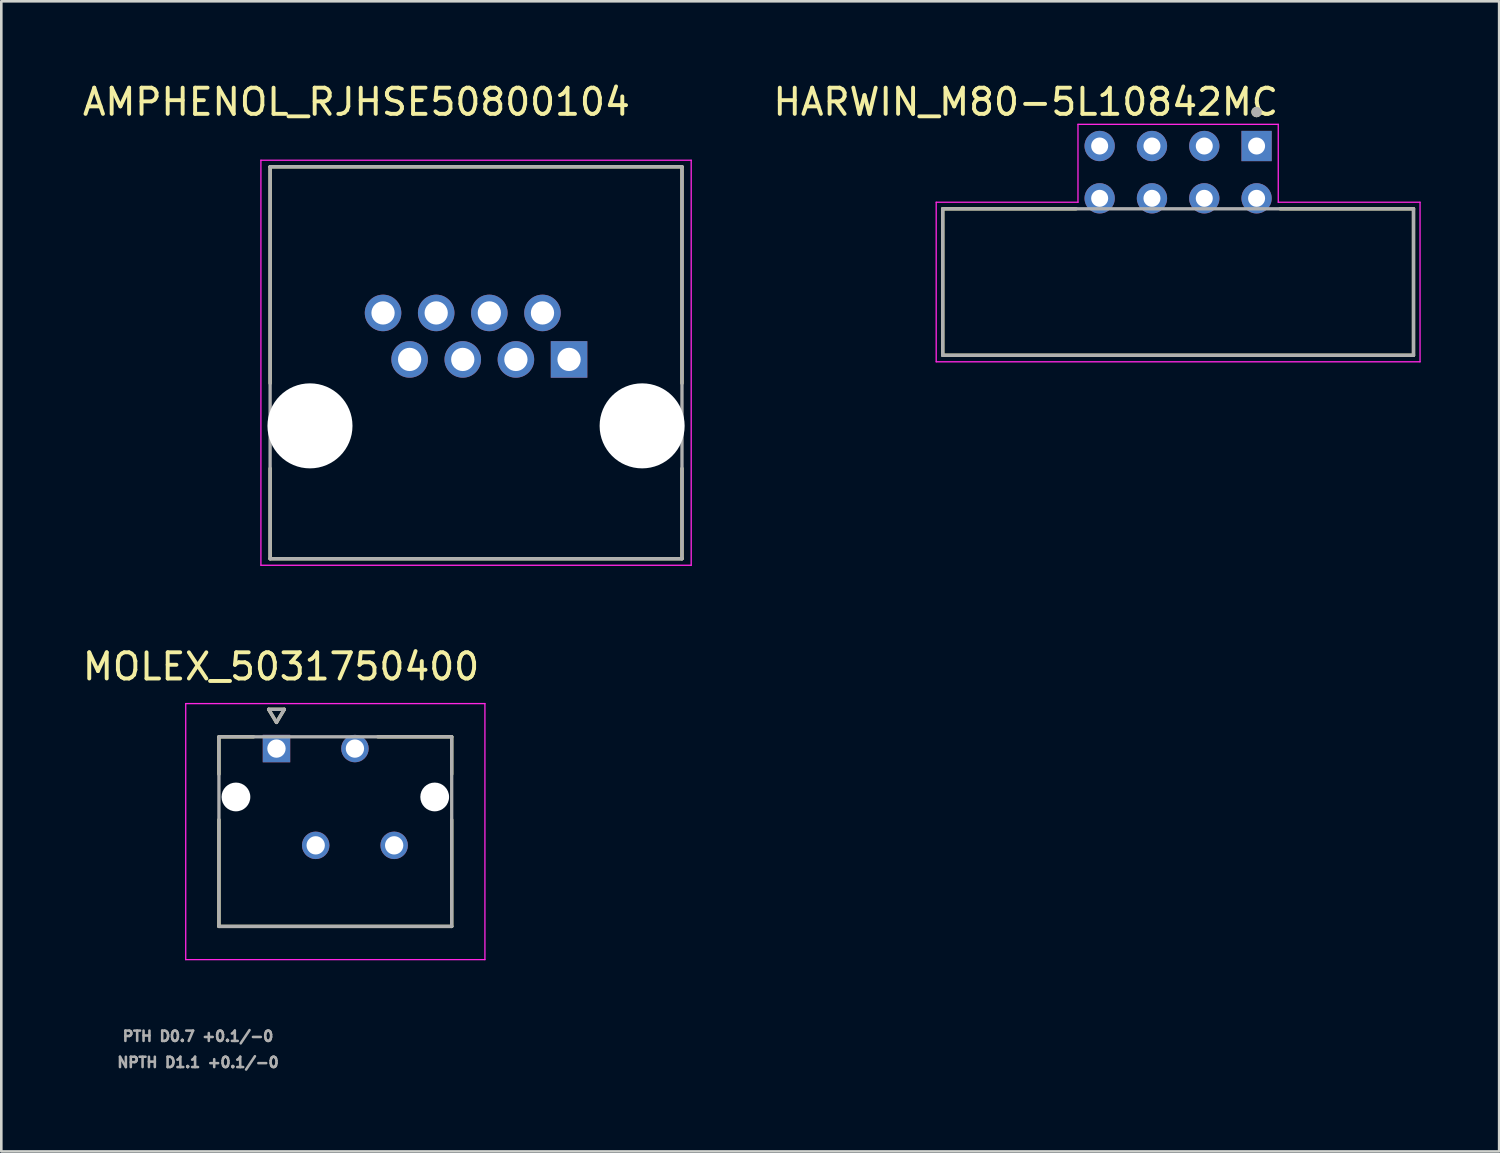
<source format=kicad_pcb>
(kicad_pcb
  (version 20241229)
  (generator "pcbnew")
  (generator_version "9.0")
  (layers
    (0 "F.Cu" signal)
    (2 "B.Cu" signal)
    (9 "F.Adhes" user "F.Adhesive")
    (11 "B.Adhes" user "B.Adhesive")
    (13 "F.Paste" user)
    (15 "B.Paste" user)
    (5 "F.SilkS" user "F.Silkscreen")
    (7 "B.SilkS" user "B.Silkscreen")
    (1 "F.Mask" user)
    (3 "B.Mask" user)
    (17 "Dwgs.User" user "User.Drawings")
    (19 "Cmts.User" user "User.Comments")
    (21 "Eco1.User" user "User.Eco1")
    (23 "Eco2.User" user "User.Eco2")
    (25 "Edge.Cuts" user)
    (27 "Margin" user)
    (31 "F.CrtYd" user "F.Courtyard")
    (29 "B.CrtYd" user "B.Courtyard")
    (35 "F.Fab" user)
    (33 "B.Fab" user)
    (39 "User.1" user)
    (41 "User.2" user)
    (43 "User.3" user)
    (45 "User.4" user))
  (footprint "HARWIN_M80-5L10842MC"
    (layer "F.Cu")
    (at 41.996 7.733)
    (property "Reference" "HARWIN_M80-5L10842MC" (at -5.825 -6.885 0) (layer "F.SilkS") (effects (font (size 1 1) (thickness 0.15))))
    (attr through_hole)
    (fp_line (start -9 -2.8) (end -9 2.8) (stroke (width 0.127) (type solid)) (layer "F.SilkS"))
    (fp_line (start -9 2.8) (end 9 2.8) (stroke (width 0.127) (type solid)) (layer "F.SilkS"))
    (fp_line (start -3.899 -2.8) (end -9 -2.8) (stroke (width 0.127) (type solid)) (layer "F.SilkS"))
    (fp_line (start 9 -2.8) (end 3.899 -2.8) (stroke (width 0.127) (type solid)) (layer "F.SilkS"))
    (fp_line (start 9 2.8) (end 9 -2.8) (stroke (width 0.127) (type solid)) (layer "F.SilkS"))
    (fp_circle (center 3 -6.5) (end 3.1 -6.5) (stroke (width 0.2) (type solid)) (fill no) (layer "F.SilkS"))
    (fp_line (start -9.25 -3.05) (end -9.25 3.05) (stroke (width 0.05) (type solid)) (layer "F.CrtYd"))
    (fp_line (start -9.25 3.05) (end 9.25 3.05) (stroke (width 0.05) (type solid)) (layer "F.CrtYd"))
    (fp_line (start -3.829 -6.029) (end -3.829 -3.05) (stroke (width 0.05) (type solid)) (layer "F.CrtYd"))
    (fp_line (start -3.829 -3.05) (end -9.25 -3.05) (stroke (width 0.05) (type solid)) (layer "F.CrtYd"))
    (fp_line (start 3.829 -6.029) (end -3.829 -6.029) (stroke (width 0.05) (type solid)) (layer "F.CrtYd"))
    (fp_line (start 3.829 -3.05) (end 3.829 -6.029) (stroke (width 0.05) (type solid)) (layer "F.CrtYd"))
    (fp_line (start 9.25 -3.05) (end 3.829 -3.05) (stroke (width 0.05) (type solid)) (layer "F.CrtYd"))
    (fp_line (start 9.25 3.05) (end 9.25 -3.05) (stroke (width 0.05) (type solid)) (layer "F.CrtYd"))
    (fp_line (start -9 -2.8) (end -9 2.8) (stroke (width 0.127) (type solid)) (layer "F.Fab"))
    (fp_line (start -9 2.8) (end 9 2.8) (stroke (width 0.127) (type solid)) (layer "F.Fab"))
    (fp_line (start 9 -2.8) (end -9 -2.8) (stroke (width 0.127) (type solid)) (layer "F.Fab"))
    (fp_line (start 9 2.8) (end 9 -2.8) (stroke (width 0.127) (type solid)) (layer "F.Fab"))
    (fp_circle (center 3 -6.5) (end 3.1 -6.5) (stroke (width 0.2) (type solid)) (fill no) (layer "F.Fab"))
    (pad "1" thru_hole rect (at 3 -5.2) (size 1.158 1.158) (drill 0.65) (layers "*.Cu" "*.Mask"))
    (pad "2" thru_hole circle (at 1 -5.2) (size 1.158 1.158) (drill 0.65) (layers "*.Cu" "*.Mask"))
    (pad "3" thru_hole circle (at -1 -5.2) (size 1.158 1.158) (drill 0.65) (layers "*.Cu" "*.Mask"))
    (pad "4" thru_hole circle (at -3 -5.2) (size 1.158 1.158) (drill 0.65) (layers "*.Cu" "*.Mask"))
    (pad "5" thru_hole circle (at 3 -3.2) (size 1.158 1.158) (drill 0.65) (layers "*.Cu" "*.Mask"))
    (pad "6" thru_hole circle (at 1 -3.2) (size 1.158 1.158) (drill 0.65) (layers "*.Cu" "*.Mask"))
    (pad "7" thru_hole circle (at -1 -3.2) (size 1.158 1.158) (drill 0.65) (layers "*.Cu" "*.Mask"))
    (pad "8" thru_hole circle (at -3 -3.2) (size 1.158 1.158) (drill 0.65) (layers "*.Cu" "*.Mask")))
  (footprint "AMPHENOL_RJHSE50800104"
    (layer "F.Cu")
    (at 15.152 13.233)
    (property "Reference" "AMPHENOL_RJHSE50800104" (at -4.575 -12.385 0) (layer "F.SilkS") (effects (font (size 1 1) (thickness 0.15))))
    (attr through_hole)
    (fp_line (start -7.874 -9.906) (end 7.874 -9.906) (stroke (width 0.127) (type solid)) (layer "F.SilkS"))
    (fp_line (start -7.874 -1.626) (end -7.874 -9.906) (stroke (width 0.127) (type solid)) (layer "F.SilkS"))
    (fp_line (start -7.874 1.626) (end -7.874 5.08) (stroke (width 0.127) (type solid)) (layer "F.SilkS"))
    (fp_line (start -7.874 5.08) (end 7.874 5.08) (stroke (width 0.127) (type solid)) (layer "F.SilkS"))
    (fp_line (start 7.874 -9.906) (end 7.874 -1.626) (stroke (width 0.127) (type solid)) (layer "F.SilkS"))
    (fp_line (start 7.874 5.08) (end 7.874 1.626) (stroke (width 0.127) (type solid)) (layer "F.SilkS"))
    (fp_line (start -8.226 -10.156) (end -8.226 5.33) (stroke (width 0.05) (type solid)) (layer "F.CrtYd"))
    (fp_line (start -8.226 5.33) (end 8.226 5.33) (stroke (width 0.05) (type solid)) (layer "F.CrtYd"))
    (fp_line (start 8.226 -10.156) (end -8.226 -10.156) (stroke (width 0.05) (type solid)) (layer "F.CrtYd"))
    (fp_line (start 8.226 5.33) (end 8.226 -10.156) (stroke (width 0.05) (type solid)) (layer "F.CrtYd"))
    (fp_line (start -7.874 -9.906) (end -7.874 5.08) (stroke (width 0.127) (type solid)) (layer "F.Fab"))
    (fp_line (start -7.874 5.08) (end 7.874 5.08) (stroke (width 0.127) (type solid)) (layer "F.Fab"))
    (fp_line (start 7.874 -9.906) (end -7.874 -9.906) (stroke (width 0.127) (type solid)) (layer "F.Fab"))
    (fp_line (start 7.874 5.08) (end 7.874 -9.906) (stroke (width 0.127) (type solid)) (layer "F.Fab"))
    (pad "" np_thru_hole circle (at -6.35 0) (size 3.251 3.251) (drill 3.251) (layers "*.Cu" "*.Mask"))
    (pad "" np_thru_hole circle (at 6.35 0) (size 3.251 3.251) (drill 3.251) (layers "*.Cu" "*.Mask"))
    (pad "1" thru_hole rect (at 3.556 -2.54) (size 1.397 1.397) (drill 0.889) (layers "*.Cu" "*.Mask"))
    (pad "2" thru_hole circle (at 2.54 -4.318) (size 1.397 1.397) (drill 0.889) (layers "*.Cu" "*.Mask"))
    (pad "3" thru_hole circle (at 1.524 -2.54) (size 1.397 1.397) (drill 0.889) (layers "*.Cu" "*.Mask"))
    (pad "4" thru_hole circle (at 0.508 -4.318) (size 1.397 1.397) (drill 0.889) (layers "*.Cu" "*.Mask"))
    (pad "5" thru_hole circle (at -0.508 -2.54) (size 1.397 1.397) (drill 0.889) (layers "*.Cu" "*.Mask"))
    (pad "6" thru_hole circle (at -1.524 -4.318) (size 1.397 1.397) (drill 0.889) (layers "*.Cu" "*.Mask"))
    (pad "7" thru_hole circle (at -2.54 -2.54) (size 1.397 1.397) (drill 0.889) (layers "*.Cu" "*.Mask"))
    (pad "8" thru_hole circle (at -3.556 -4.318) (size 1.397 1.397) (drill 0.889) (layers "*.Cu" "*.Mask")))
  (footprint "MOLEX_5031750400"
    (layer "F.Cu")
    (at 7.521 25.572)
    (property "Reference" "MOLEX_5031750400" (at 0.175 -3.135 0) (layer "F.SilkS") (effects (font (size 1 1) (thickness 0.15))))
    (attr through_hole)
    (fp_circle (center -1.55 1.85) (end -1.237 1.85) (stroke (width 0.626) (type solid)) (fill no) (layer "F.Mask"))
    (fp_circle (center 1.5 3.7) (end 1.801 3.7) (stroke (width 0.601) (type solid)) (fill no) (layer "F.Mask"))
    (fp_circle (center 3 0) (end 3.301 0) (stroke (width 0.601) (type solid)) (fill no) (layer "F.Mask"))
    (fp_circle (center 4.5 3.7) (end 4.801 3.7) (stroke (width 0.601) (type solid)) (fill no) (layer "F.Mask"))
    (fp_circle (center 6.05 1.85) (end 6.363 1.85) (stroke (width 0.626) (type solid)) (fill no) (layer "F.Mask"))
    (fp_poly (pts (xy -0.601 -0.601) (xy 0.601 -0.601) (xy 0.601 0.601) (xy -0.601 0.601)) (stroke (width 0.01) (type solid)) (fill yes) (layer "F.Mask"))
    (fp_circle (center -1.55 1.85) (end -1.237 1.85) (stroke (width 0.626) (type solid)) (fill no) (layer "B.Mask"))
    (fp_circle (center 1.5 3.7) (end 1.801 3.7) (stroke (width 0.601) (type solid)) (fill no) (layer "B.Mask"))
    (fp_circle (center 3 0) (end 3.301 0) (stroke (width 0.601) (type solid)) (fill no) (layer "B.Mask"))
    (fp_circle (center 4.5 3.7) (end 4.801 3.7) (stroke (width 0.601) (type solid)) (fill no) (layer "B.Mask"))
    (fp_circle (center 6.05 1.85) (end 6.363 1.85) (stroke (width 0.626) (type solid)) (fill no) (layer "B.Mask"))
    (fp_poly (pts (xy -0.601 -0.601) (xy 0.601 -0.601) (xy 0.601 0.601) (xy -0.601 0.601)) (stroke (width 0.01) (type solid)) (fill yes) (layer "B.Mask"))
    (fp_line (start -2.2 -0.45) (end -0.875 -0.45) (stroke (width 0.127) (type solid)) (layer "F.SilkS"))
    (fp_line (start -2.2 0.98) (end -2.2 -0.45) (stroke (width 0.127) (type solid)) (layer "F.SilkS"))
    (fp_line (start -2.2 6.8) (end -2.2 2.72) (stroke (width 0.127) (type solid)) (layer "F.SilkS"))
    (fp_line (start -0.3 -1.5) (end 0 -1) (stroke (width 0.127) (type solid)) (layer "F.SilkS"))
    (fp_line (start 0 -1) (end 0.3 -1.5) (stroke (width 0.127) (type solid)) (layer "F.SilkS"))
    (fp_line (start 0.3 -1.5) (end -0.3 -1.5) (stroke (width 0.127) (type solid)) (layer "F.SilkS"))
    (fp_line (start 6.7 -0.45) (end 3.875 -0.45) (stroke (width 0.127) (type solid)) (layer "F.SilkS"))
    (fp_line (start 6.7 -0.45) (end 6.7 0.98) (stroke (width 0.127) (type solid)) (layer "F.SilkS"))
    (fp_line (start 6.7 2.72) (end 6.7 6.8) (stroke (width 0.127) (type solid)) (layer "F.SilkS"))
    (fp_line (start 6.7 6.8) (end -2.2 6.8) (stroke (width 0.127) (type solid)) (layer "F.SilkS"))
    (fp_line (start -3.47 -1.72) (end 7.97 -1.72) (stroke (width 0.05) (type solid)) (layer "F.CrtYd"))
    (fp_line (start -3.47 8.07) (end -3.47 -1.72) (stroke (width 0.05) (type solid)) (layer "F.CrtYd"))
    (fp_line (start 7.97 -1.72) (end 7.97 8.07) (stroke (width 0.05) (type solid)) (layer "F.CrtYd"))
    (fp_line (start 7.97 8.07) (end -3.47 8.07) (stroke (width 0.05) (type solid)) (layer "F.CrtYd"))
    (fp_line (start -2.2 -0.45) (end 6.7 -0.45) (stroke (width 0.127) (type solid)) (layer "F.Fab"))
    (fp_line (start -2.2 6.8) (end -2.2 -0.45) (stroke (width 0.127) (type solid)) (layer "F.Fab"))
    (fp_line (start -0.3 -1.5) (end 0.3 -1.5) (stroke (width 0.127) (type solid)) (layer "F.Fab"))
    (fp_line (start 0 -1) (end -0.3 -1.5) (stroke (width 0.127) (type solid)) (layer "F.Fab"))
    (fp_line (start 0.3 -1.5) (end 0 -1) (stroke (width 0.127) (type solid)) (layer "F.Fab"))
    (fp_line (start 6.7 -0.45) (end 6.7 6.8) (stroke (width 0.127) (type solid)) (layer "F.Fab"))
    (fp_line (start 6.7 6.8) (end -2.2 6.8) (stroke (width 0.127) (type solid)) (layer "F.Fab"))
    (fp_text user "NPTH D1.1 +0.1/-0" (at -3 12 0) (layer "F.Fab") (effects (font (size 0.394 0.394) (thickness 0.15))))
    (fp_text user "PTH D0.7 +0.1/-0" (at -3 11 0) (layer "F.Fab") (effects (font (size 0.394 0.394) (thickness 0.15))))
    (pad "" np_thru_hole circle (at -1.55 1.85) (size 1.1 1.1) (drill 1.1) (layers "*.Cu" "*.Mask"))
    (pad "" np_thru_hole circle (at 6.05 1.85) (size 1.1 1.1) (drill 1.1) (layers "*.Cu" "*.Mask"))
    (pad "1" thru_hole rect (at 0 0) (size 1.05 1.05) (drill 0.7) (layers "*.Cu"))
    (pad "2" thru_hole circle (at 1.5 3.7) (size 1.05 1.05) (drill 0.7) (layers "*.Cu"))
    (pad "3" thru_hole circle (at 3 0) (size 1.05 1.05) (drill 0.7) (layers "*.Cu"))
    (pad "4" thru_hole circle (at 4.5 3.7) (size 1.05 1.05) (drill 0.7) (layers "*.Cu")))
  (gr_rect
    (start -3 -3)
    (end 54.271 40.975)
    (stroke (width 0.1) (type default))
    (fill no)
    (layer "Edge.Cuts")))
</source>
